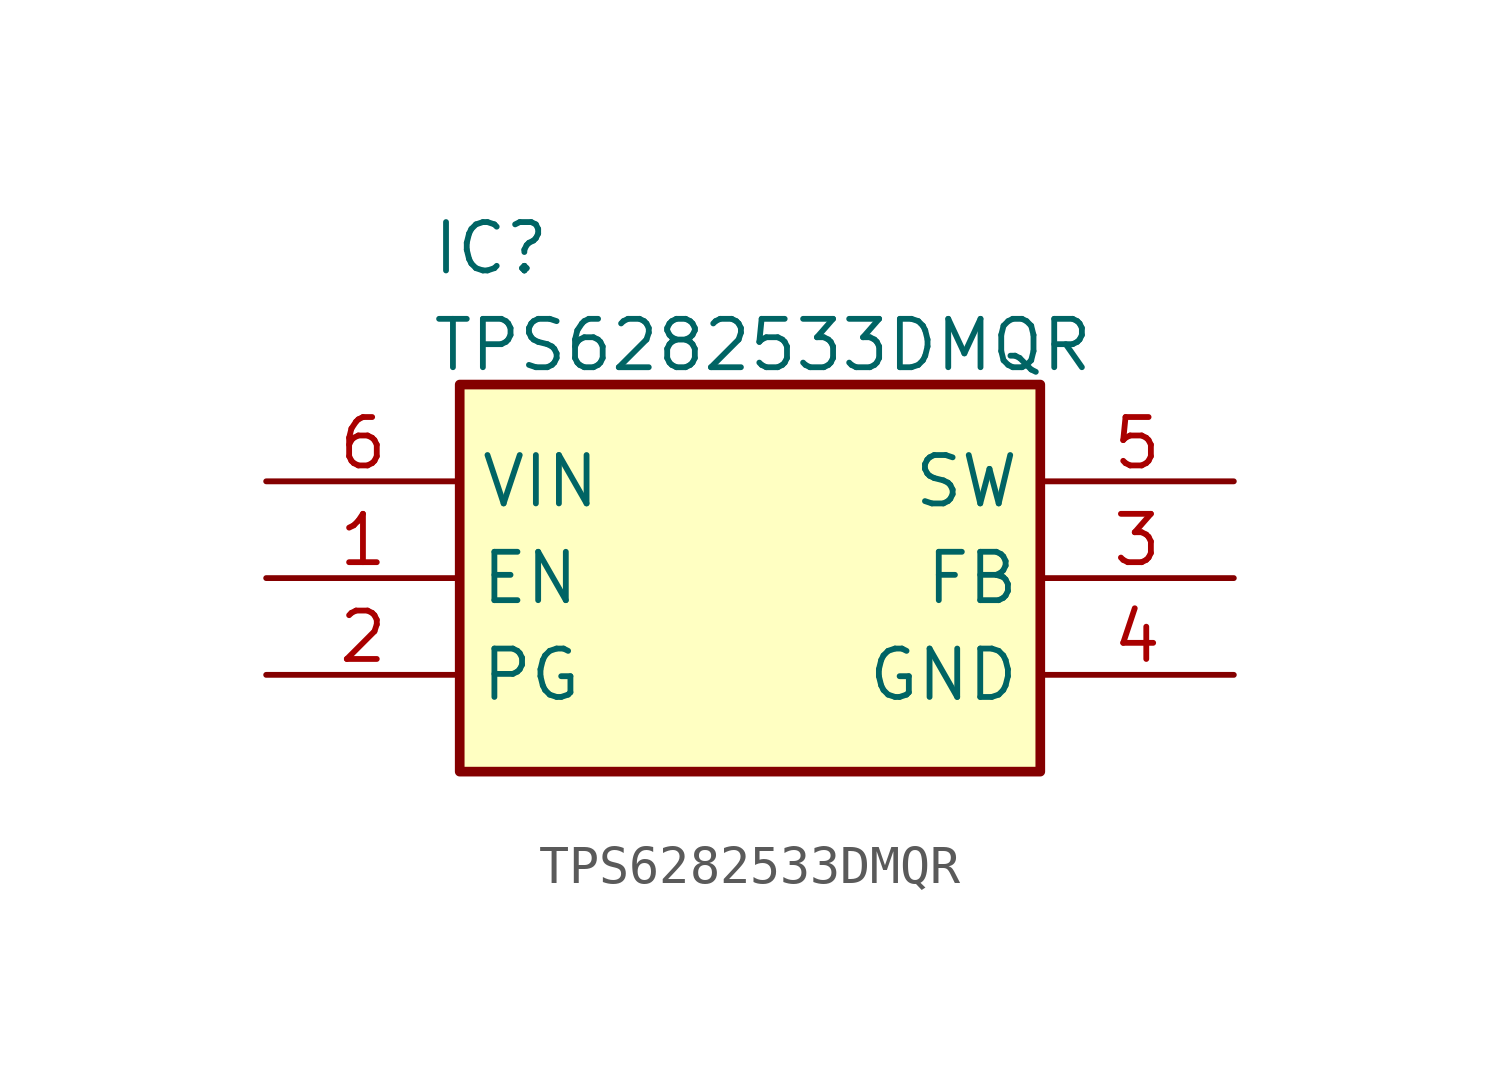
<source format=kicad_sym>
(kicad_symbol_lib
  (version 20231120)
  (generator "kicad_symbol_editor")
  (generator_version "8.0")
  (symbol "TPS6282533DMQR"
    (property "Reference" "IC"
      (at 4.318 6.858 0)
      (effects (font (size 1.27 1.27)) (justify left top)))
    (property "Value" "TPS6282533DMQR"
      (at 4.318 4.318 0)
      (effects (font (size 1.27 1.27)) (justify left top)))
    (symbol "TPS6282533DMQR_1_1"
      (rectangle (start 5.08 2.54) (end 20.32 -7.62) (stroke (width 0.254) (type default)) (fill (type background)))
      (pin passive line (at 0 -2.54 0) (length 5.08) (name "EN" (effects (font (size 1.27 1.27)))) (number "1" (effects (font (size 1.27 1.27)))))
      (pin passive line (at 0 -5.08 0) (length 5.08) (name "PG" (effects (font (size 1.27 1.27)))) (number "2" (effects (font (size 1.27 1.27)))))
      (pin passive line (at 25.4 -2.54 180) (length 5.08) (name "FB" (effects (font (size 1.27 1.27)))) (number "3" (effects (font (size 1.27 1.27)))))
      (pin passive line (at 25.4 -5.08 180) (length 5.08) (name "GND" (effects (font (size 1.27 1.27)))) (number "4" (effects (font (size 1.27 1.27)))))
      (pin passive line (at 25.4 0 180) (length 5.08) (name "SW" (effects (font (size 1.27 1.27)))) (number "5" (effects (font (size 1.27 1.27)))))
      (pin passive line (at 0 0 0) (length 5.08) (name "VIN" (effects (font (size 1.27 1.27)))) (number "6" (effects (font (size 1.27 1.27))))))))
</source>
